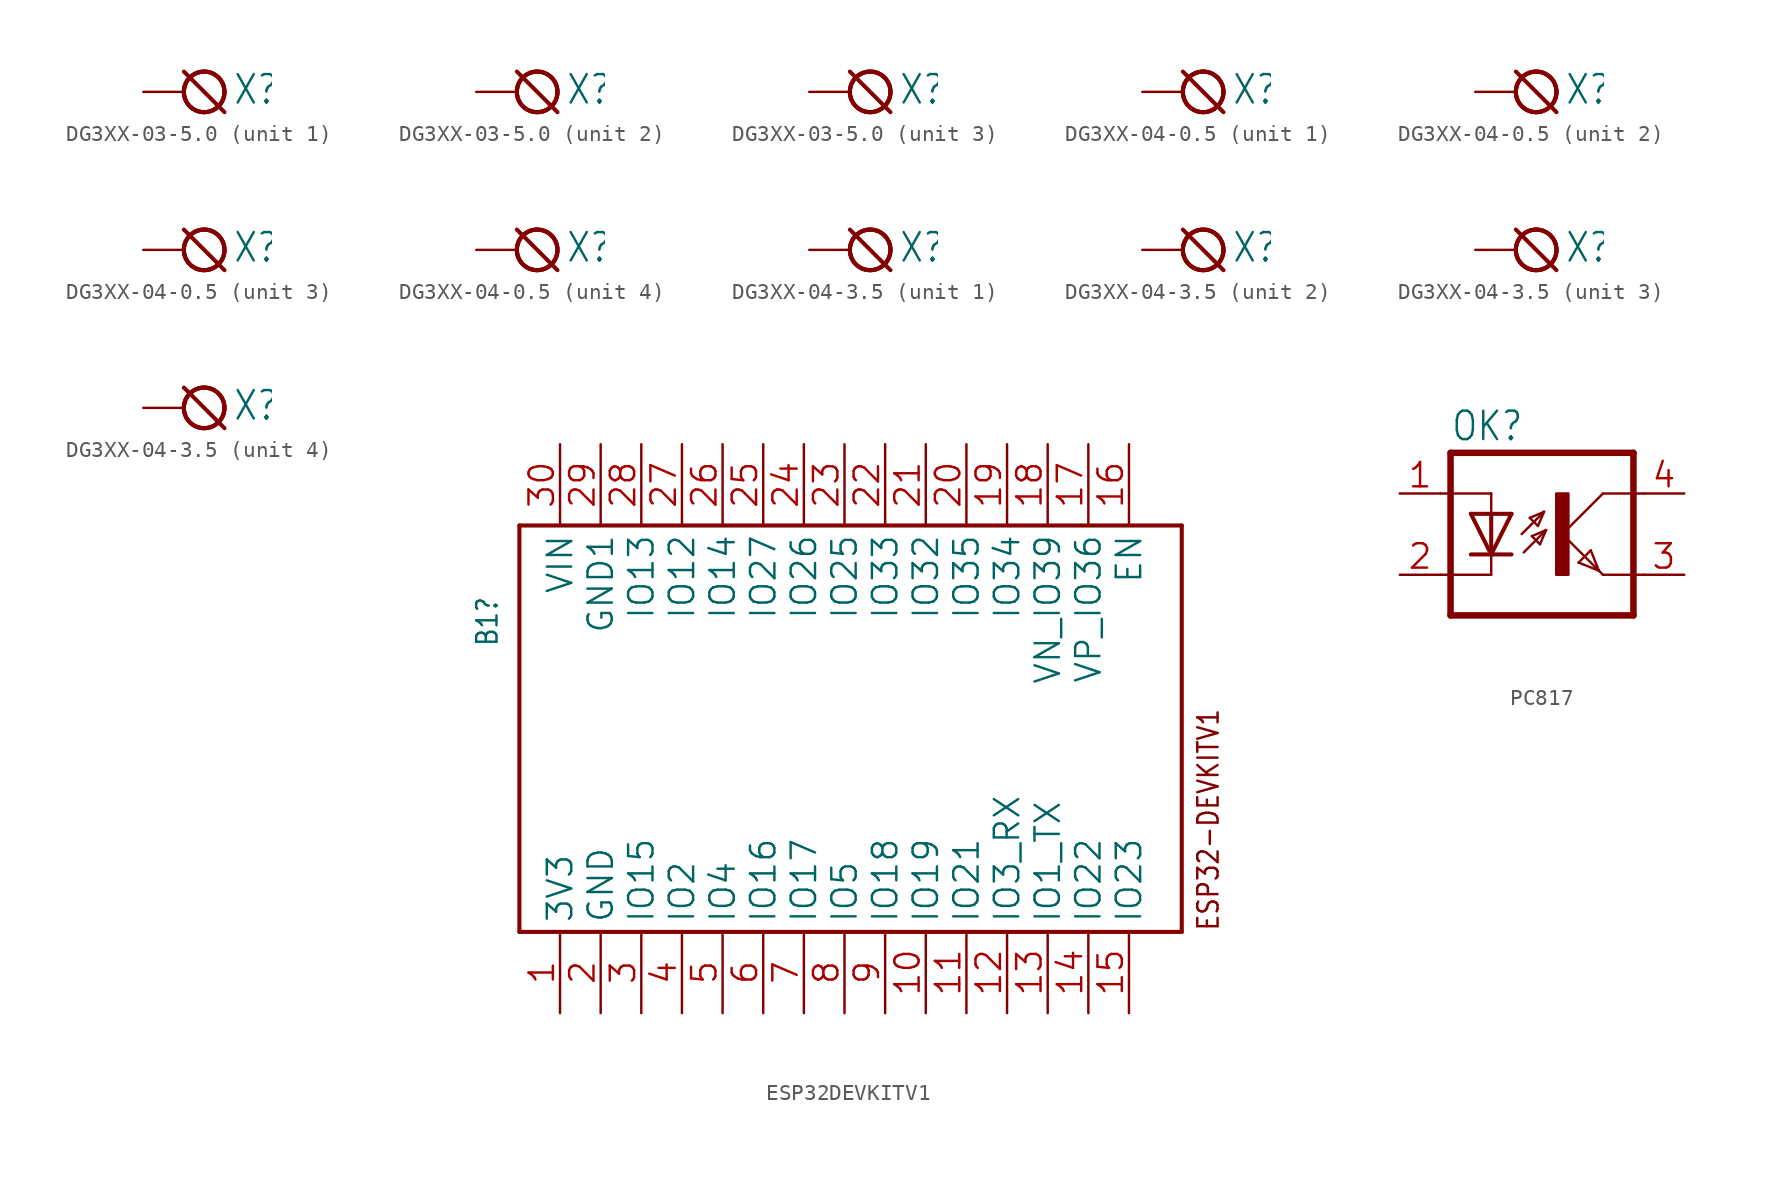
<source format=kicad_sym>
(kicad_symbol_lib
  (version 20241209)
  (generator "kicad_symbol_editor")
  (generator_version "9.0")
  (symbol "DG3XX-03-5.0"
    (property "Reference" "X"
      (at 3.048 -0.889 0)
      (effects (font (size 1.778 1.511)) (justify left bottom)))
    (property "ki_locked" ""
      (at 0 0 0)
      (effects (font (size 1.27 1.27))))
    (symbol "DG3XX-03-5.0_1_0"
      (polyline (pts (xy 0 1.27) (xy 2.54 -1.27)) (stroke (width 0.254) (type solid)) (fill (type none)))
      (circle (center 1.27 0) (radius 1.27) (stroke (width 0.254) (type solid)) (fill (type none)))
      (circle (center 1.27 0) (radius 1.27) (stroke (width 0.254) (type solid)) (fill (type none)))
      (circle (center 1.27 0) (radius 1.27) (stroke (width 0.254) (type solid)) (fill (type none)))
      (pin passive line (at -2.54 0 0) (length 2.54) (name "KL" (effects (font (size 0 0)))) (number "1" (effects (font (size 0 0))))))
    (symbol "DG3XX-03-5.0_2_0"
      (polyline (pts (xy 0 1.27) (xy 2.54 -1.27)) (stroke (width 0.254) (type solid)) (fill (type none)))
      (circle (center 1.27 0) (radius 1.27) (stroke (width 0.254) (type solid)) (fill (type none)))
      (circle (center 1.27 0) (radius 1.27) (stroke (width 0.254) (type solid)) (fill (type none)))
      (circle (center 1.27 0) (radius 1.27) (stroke (width 0.254) (type solid)) (fill (type none)))
      (pin passive line (at -2.54 0 0) (length 2.54) (name "KL" (effects (font (size 0 0)))) (number "2" (effects (font (size 0 0))))))
    (symbol "DG3XX-03-5.0_3_0"
      (polyline (pts (xy 0 1.27) (xy 2.54 -1.27)) (stroke (width 0.254) (type solid)) (fill (type none)))
      (circle (center 1.27 0) (radius 1.27) (stroke (width 0.254) (type solid)) (fill (type none)))
      (circle (center 1.27 0) (radius 1.27) (stroke (width 0.254) (type solid)) (fill (type none)))
      (circle (center 1.27 0) (radius 1.27) (stroke (width 0.254) (type solid)) (fill (type none)))
      (pin passive line (at -2.54 0 0) (length 2.54) (name "KL" (effects (font (size 0 0)))) (number "3" (effects (font (size 0 0)))))))
  (symbol "DG3XX-04-0.5"
    (property "Reference" "X"
      (at 3.048 -0.889 0)
      (effects (font (size 1.778 1.511)) (justify left bottom)))
    (property "ki_locked" ""
      (at 0 0 0)
      (effects (font (size 1.27 1.27))))
    (symbol "DG3XX-04-0.5_1_0"
      (polyline (pts (xy 0 1.27) (xy 2.54 -1.27)) (stroke (width 0.254) (type solid)) (fill (type none)))
      (circle (center 1.27 0) (radius 1.27) (stroke (width 0.254) (type solid)) (fill (type none)))
      (circle (center 1.27 0) (radius 1.27) (stroke (width 0.254) (type solid)) (fill (type none)))
      (circle (center 1.27 0) (radius 1.27) (stroke (width 0.254) (type solid)) (fill (type none)))
      (pin passive line (at -2.54 0 0) (length 2.54) (name "KL" (effects (font (size 0 0)))) (number "1" (effects (font (size 0 0))))))
    (symbol "DG3XX-04-0.5_2_0"
      (polyline (pts (xy 0 1.27) (xy 2.54 -1.27)) (stroke (width 0.254) (type solid)) (fill (type none)))
      (circle (center 1.27 0) (radius 1.27) (stroke (width 0.254) (type solid)) (fill (type none)))
      (circle (center 1.27 0) (radius 1.27) (stroke (width 0.254) (type solid)) (fill (type none)))
      (circle (center 1.27 0) (radius 1.27) (stroke (width 0.254) (type solid)) (fill (type none)))
      (pin passive line (at -2.54 0 0) (length 2.54) (name "KL" (effects (font (size 0 0)))) (number "2" (effects (font (size 0 0))))))
    (symbol "DG3XX-04-0.5_3_0"
      (polyline (pts (xy 0 1.27) (xy 2.54 -1.27)) (stroke (width 0.254) (type solid)) (fill (type none)))
      (circle (center 1.27 0) (radius 1.27) (stroke (width 0.254) (type solid)) (fill (type none)))
      (circle (center 1.27 0) (radius 1.27) (stroke (width 0.254) (type solid)) (fill (type none)))
      (circle (center 1.27 0) (radius 1.27) (stroke (width 0.254) (type solid)) (fill (type none)))
      (pin passive line (at -2.54 0 0) (length 2.54) (name "KL" (effects (font (size 0 0)))) (number "3" (effects (font (size 0 0))))))
    (symbol "DG3XX-04-0.5_4_0"
      (polyline (pts (xy 0 1.27) (xy 2.54 -1.27)) (stroke (width 0.254) (type solid)) (fill (type none)))
      (circle (center 1.27 0) (radius 1.27) (stroke (width 0.254) (type solid)) (fill (type none)))
      (circle (center 1.27 0) (radius 1.27) (stroke (width 0.254) (type solid)) (fill (type none)))
      (circle (center 1.27 0) (radius 1.27) (stroke (width 0.254) (type solid)) (fill (type none)))
      (pin passive line (at -2.54 0 0) (length 2.54) (name "KL" (effects (font (size 0 0)))) (number "4" (effects (font (size 0 0)))))))
  (symbol "DG3XX-04-3.5"
    (property "Reference" "X"
      (at 3.048 -0.889 0)
      (effects (font (size 1.778 1.511)) (justify left bottom)))
    (property "ki_locked" ""
      (at 0 0 0)
      (effects (font (size 1.27 1.27))))
    (symbol "DG3XX-04-3.5_1_0"
      (polyline (pts (xy 0 1.27) (xy 2.54 -1.27)) (stroke (width 0.254) (type solid)) (fill (type none)))
      (circle (center 1.27 0) (radius 1.27) (stroke (width 0.254) (type solid)) (fill (type none)))
      (circle (center 1.27 0) (radius 1.27) (stroke (width 0.254) (type solid)) (fill (type none)))
      (circle (center 1.27 0) (radius 1.27) (stroke (width 0.254) (type solid)) (fill (type none)))
      (pin passive line (at -2.54 0 0) (length 2.54) (name "KL" (effects (font (size 0 0)))) (number "1" (effects (font (size 0 0))))))
    (symbol "DG3XX-04-3.5_2_0"
      (polyline (pts (xy 0 1.27) (xy 2.54 -1.27)) (stroke (width 0.254) (type solid)) (fill (type none)))
      (circle (center 1.27 0) (radius 1.27) (stroke (width 0.254) (type solid)) (fill (type none)))
      (circle (center 1.27 0) (radius 1.27) (stroke (width 0.254) (type solid)) (fill (type none)))
      (circle (center 1.27 0) (radius 1.27) (stroke (width 0.254) (type solid)) (fill (type none)))
      (pin passive line (at -2.54 0 0) (length 2.54) (name "KL" (effects (font (size 0 0)))) (number "2" (effects (font (size 0 0))))))
    (symbol "DG3XX-04-3.5_3_0"
      (polyline (pts (xy 0 1.27) (xy 2.54 -1.27)) (stroke (width 0.254) (type solid)) (fill (type none)))
      (circle (center 1.27 0) (radius 1.27) (stroke (width 0.254) (type solid)) (fill (type none)))
      (circle (center 1.27 0) (radius 1.27) (stroke (width 0.254) (type solid)) (fill (type none)))
      (circle (center 1.27 0) (radius 1.27) (stroke (width 0.254) (type solid)) (fill (type none)))
      (pin passive line (at -2.54 0 0) (length 2.54) (name "KL" (effects (font (size 0 0)))) (number "3" (effects (font (size 0 0))))))
    (symbol "DG3XX-04-3.5_4_0"
      (polyline (pts (xy 0 1.27) (xy 2.54 -1.27)) (stroke (width 0.254) (type solid)) (fill (type none)))
      (circle (center 1.27 0) (radius 1.27) (stroke (width 0.254) (type solid)) (fill (type none)))
      (circle (center 1.27 0) (radius 1.27) (stroke (width 0.254) (type solid)) (fill (type none)))
      (circle (center 1.27 0) (radius 1.27) (stroke (width 0.254) (type solid)) (fill (type none)))
      (pin passive line (at -2.54 0 0) (length 2.54) (name "KL" (effects (font (size 0 0)))) (number "4" (effects (font (size 0 0)))))))
  (symbol "ESP32DEVKITV1"
    (property "Reference" "B1"
      (at -26.67 5.08 90)
      (effects (font (size 1.27 1.079)) (justify left bottom)))
    (property "ki_locked" ""
      (at 0 0 0)
      (effects (font (size 1.27 1.27))))
    (symbol "ESP32DEVKITV1_1_0"
      (polyline (pts (xy -25.4 12.7) (xy 16 12.7)) (stroke (width 0.254) (type solid)) (fill (type none)))
      (polyline (pts (xy -25.4 -12.7) (xy -25.4 12.7)) (stroke (width 0.254) (type solid)) (fill (type none)))
      (polyline (pts (xy 16 12.7) (xy 16 -12.7)) (stroke (width 0.254) (type solid)) (fill (type none)))
      (polyline (pts (xy 16 -12.7) (xy -25.4 -12.7)) (stroke (width 0.254) (type solid)) (fill (type none)))
      (text "ESP32-DEVKITV1" (at 18.4 -12.7 900) (effects (font (size 1.27 1.079)) (justify left bottom)))
      (pin bidirectional line (at -22.86 17.78 270) (length 5.08) (name "VIN" (effects (font (size 1.524 1.524)))) (number "30" (effects (font (size 1.524 1.524)))))
      (pin bidirectional line (at -22.86 -17.78 90) (length 5.08) (name "3V3" (effects (font (size 1.524 1.524)))) (number "1" (effects (font (size 1.524 1.524)))))
      (pin bidirectional line (at -20.32 17.78 270) (length 5.08) (name "GND1" (effects (font (size 1.524 1.524)))) (number "29" (effects (font (size 1.524 1.524)))))
      (pin bidirectional line (at -20.32 -17.78 90) (length 5.08) (name "GND" (effects (font (size 1.524 1.524)))) (number "2" (effects (font (size 1.524 1.524)))))
      (pin bidirectional line (at -17.78 17.78 270) (length 5.08) (name "IO13" (effects (font (size 1.524 1.524)))) (number "28" (effects (font (size 1.524 1.524)))))
      (pin bidirectional line (at -17.78 -17.78 90) (length 5.08) (name "IO15" (effects (font (size 1.524 1.524)))) (number "3" (effects (font (size 1.524 1.524)))))
      (pin bidirectional line (at -15.24 17.78 270) (length 5.08) (name "IO12" (effects (font (size 1.524 1.524)))) (number "27" (effects (font (size 1.524 1.524)))))
      (pin bidirectional line (at -15.24 -17.78 90) (length 5.08) (name "IO2" (effects (font (size 1.524 1.524)))) (number "4" (effects (font (size 1.524 1.524)))))
      (pin bidirectional line (at -12.7 17.78 270) (length 5.08) (name "IO14" (effects (font (size 1.524 1.524)))) (number "26" (effects (font (size 1.524 1.524)))))
      (pin bidirectional line (at -12.7 -17.78 90) (length 5.08) (name "IO4" (effects (font (size 1.524 1.524)))) (number "5" (effects (font (size 1.524 1.524)))))
      (pin bidirectional line (at -10.16 17.78 270) (length 5.08) (name "IO27" (effects (font (size 1.524 1.524)))) (number "25" (effects (font (size 1.524 1.524)))))
      (pin bidirectional line (at -10.16 -17.78 90) (length 5.08) (name "IO16" (effects (font (size 1.524 1.524)))) (number "6" (effects (font (size 1.524 1.524)))))
      (pin bidirectional line (at -7.62 17.78 270) (length 5.08) (name "IO26" (effects (font (size 1.524 1.524)))) (number "24" (effects (font (size 1.524 1.524)))))
      (pin bidirectional line (at -7.62 -17.78 90) (length 5.08) (name "IO17" (effects (font (size 1.524 1.524)))) (number "7" (effects (font (size 1.524 1.524)))))
      (pin bidirectional line (at -5.08 17.78 270) (length 5.08) (name "IO25" (effects (font (size 1.524 1.524)))) (number "23" (effects (font (size 1.524 1.524)))))
      (pin bidirectional line (at -5.08 -17.78 90) (length 5.08) (name "IO5" (effects (font (size 1.524 1.524)))) (number "8" (effects (font (size 1.524 1.524)))))
      (pin bidirectional line (at -2.54 17.78 270) (length 5.08) (name "IO33" (effects (font (size 1.524 1.524)))) (number "22" (effects (font (size 1.524 1.524)))))
      (pin bidirectional line (at -2.54 -17.78 90) (length 5.08) (name "IO18" (effects (font (size 1.524 1.524)))) (number "9" (effects (font (size 1.524 1.524)))))
      (pin bidirectional line (at 0 17.78 270) (length 5.08) (name "IO32" (effects (font (size 1.524 1.524)))) (number "21" (effects (font (size 1.524 1.524)))))
      (pin bidirectional line (at 0 -17.78 90) (length 5.08) (name "IO19" (effects (font (size 1.524 1.524)))) (number "10" (effects (font (size 1.524 1.524)))))
      (pin bidirectional line (at 2.54 17.78 270) (length 5.08) (name "IO35" (effects (font (size 1.524 1.524)))) (number "20" (effects (font (size 1.524 1.524)))))
      (pin bidirectional line (at 2.54 -17.78 90) (length 5.08) (name "IO21" (effects (font (size 1.524 1.524)))) (number "11" (effects (font (size 1.524 1.524)))))
      (pin bidirectional line (at 5.08 17.78 270) (length 5.08) (name "IO34" (effects (font (size 1.524 1.524)))) (number "19" (effects (font (size 1.524 1.524)))))
      (pin bidirectional line (at 5.08 -17.78 90) (length 5.08) (name "IO3_RX" (effects (font (size 1.524 1.524)))) (number "12" (effects (font (size 1.524 1.524)))))
      (pin bidirectional line (at 7.62 17.78 270) (length 5.08) (name "VN_IO39" (effects (font (size 1.524 1.524)))) (number "18" (effects (font (size 1.524 1.524)))))
      (pin bidirectional line (at 7.62 -17.78 90) (length 5.08) (name "IO1_TX" (effects (font (size 1.524 1.524)))) (number "13" (effects (font (size 1.524 1.524)))))
      (pin bidirectional line (at 10.16 17.78 270) (length 5.08) (name "VP_IO36" (effects (font (size 1.524 1.524)))) (number "17" (effects (font (size 1.524 1.524)))))
      (pin bidirectional line (at 10.16 -17.78 90) (length 5.08) (name "IO22" (effects (font (size 1.524 1.524)))) (number "14" (effects (font (size 1.524 1.524)))))
      (pin bidirectional line (at 12.7 17.78 270) (length 5.08) (name "EN" (effects (font (size 1.524 1.524)))) (number "16" (effects (font (size 1.524 1.524)))))
      (pin bidirectional line (at 12.7 -17.78 90) (length 5.08) (name "IO23" (effects (font (size 1.524 1.524)))) (number "15" (effects (font (size 1.524 1.524)))))))
  (symbol "PC817"
    (property "Reference" "OK"
      (at -6.985 5.715 0)
      (effects (font (size 1.778 1.511)) (justify left bottom)))
    (property "Value" ""
      (at -6.985 -7.62 0)
      (effects (font (size 1.778 1.511)) (justify left bottom)))
    (property "ki_locked" ""
      (at 0 0 0)
      (effects (font (size 1.27 1.27))))
    (symbol "PC817_1_0"
      (polyline (pts (xy -6.985 5.08) (xy -6.985 -5.08)) (stroke (width 0.406) (type solid)) (fill (type none)))
      (polyline (pts (xy -6.985 5.08) (xy 4.445 5.08)) (stroke (width 0.406) (type solid)) (fill (type none)))
      (polyline (pts (xy -6.985 -5.08) (xy 4.445 -5.08)) (stroke (width 0.406) (type solid)) (fill (type none)))
      (polyline (pts (xy -4.445 2.54) (xy -7.62 2.54)) (stroke (width 0.152) (type solid)) (fill (type none)))
      (polyline (pts (xy -4.445 2.54) (xy -4.445 1.27)) (stroke (width 0.152) (type solid)) (fill (type none)))
      (polyline (pts (xy -4.445 1.27) (xy -5.715 1.27)) (stroke (width 0.254) (type solid)) (fill (type none)))
      (polyline (pts (xy -4.445 1.27) (xy -4.445 -1.27)) (stroke (width 0.254) (type solid)) (fill (type none)))
      (polyline (pts (xy -4.445 -1.27) (xy -5.715 1.27)) (stroke (width 0.254) (type solid)) (fill (type none)))
      (polyline (pts (xy -4.445 -1.27) (xy -5.715 -1.27)) (stroke (width 0.254) (type solid)) (fill (type none)))
      (polyline (pts (xy -4.445 -1.27) (xy -4.445 -2.54)) (stroke (width 0.152) (type solid)) (fill (type none)))
      (polyline (pts (xy -4.445 -2.54) (xy -7.62 -2.54)) (stroke (width 0.152) (type solid)) (fill (type none)))
      (polyline (pts (xy -3.175 1.27) (xy -4.445 1.27)) (stroke (width 0.254) (type solid)) (fill (type none)))
      (polyline (pts (xy -3.175 1.27) (xy -4.445 -1.27)) (stroke (width 0.254) (type solid)) (fill (type none)))
      (polyline (pts (xy -3.175 -1.27) (xy -4.445 -1.27)) (stroke (width 0.254) (type solid)) (fill (type none)))
      (polyline (pts (xy -2.54 0) (xy -1.143 1.397)) (stroke (width 0.152) (type solid)) (fill (type none)))
      (polyline (pts (xy -2.413 -1.143) (xy -1.016 0.254)) (stroke (width 0.152) (type solid)) (fill (type none)))
      (polyline (pts (xy -2.032 1.016) (xy -1.524 0.508)) (stroke (width 0.152) (type solid)) (fill (type none)))
      (polyline (pts (xy -1.905 -0.127) (xy -1.397 -0.635)) (stroke (width 0.152) (type solid)) (fill (type none)))
      (polyline (pts (xy -1.524 0.508) (xy -1.143 1.397)) (stroke (width 0.152) (type solid)) (fill (type none)))
      (polyline (pts (xy -1.397 -0.635) (xy -1.016 0.254)) (stroke (width 0.152) (type solid)) (fill (type none)))
      (polyline (pts (xy -1.143 1.397) (xy -2.032 1.016)) (stroke (width 0.152) (type solid)) (fill (type none)))
      (polyline (pts (xy -1.016 0.254) (xy -1.905 -0.127)) (stroke (width 0.152) (type solid)) (fill (type none)))
      (rectangle (start -0.381 -2.54) (end 0.381 2.54) (stroke (width 0) (type default)) (fill (type outline)))
      (polyline (pts (xy 0 0) (xy 2.286 -2.286)) (stroke (width 0.152) (type solid)) (fill (type none)))
      (polyline (pts (xy 1.016 -1.778) (xy 1.778 -1.016)) (stroke (width 0.152) (type solid)) (fill (type none)))
      (polyline (pts (xy 1.778 -1.016) (xy 2.286 -2.286)) (stroke (width 0.152) (type solid)) (fill (type none)))
      (polyline (pts (xy 2.286 -2.286) (xy 1.016 -1.778)) (stroke (width 0.152) (type solid)) (fill (type none)))
      (polyline (pts (xy 2.286 -2.286) (xy 2.54 -2.54)) (stroke (width 0.152) (type solid)) (fill (type none)))
      (polyline (pts (xy 2.54 2.54) (xy 0 0)) (stroke (width 0.152) (type solid)) (fill (type none)))
      (polyline (pts (xy 2.54 2.54) (xy 5.08 2.54)) (stroke (width 0.152) (type solid)) (fill (type none)))
      (polyline (pts (xy 2.54 -2.54) (xy 5.08 -2.54)) (stroke (width 0.152) (type solid)) (fill (type none)))
      (polyline (pts (xy 4.445 5.08) (xy 4.445 -5.08)) (stroke (width 0.406) (type solid)) (fill (type none)))
      (pin passive line (at -10.16 2.54 0) (length 2.54) (name "A" (effects (font (size 0 0)))) (number "1" (effects (font (size 1.524 1.524)))))
      (pin passive line (at -10.16 -2.54 0) (length 2.54) (name "C" (effects (font (size 0 0)))) (number "2" (effects (font (size 1.524 1.524)))))
      (pin passive line (at 7.62 2.54 180) (length 2.54) (name "COL" (effects (font (size 0 0)))) (number "4" (effects (font (size 1.524 1.524)))))
      (pin passive line (at 7.62 -2.54 180) (length 2.54) (name "EMIT" (effects (font (size 0 0)))) (number "3" (effects (font (size 1.524 1.524))))))))
</source>
